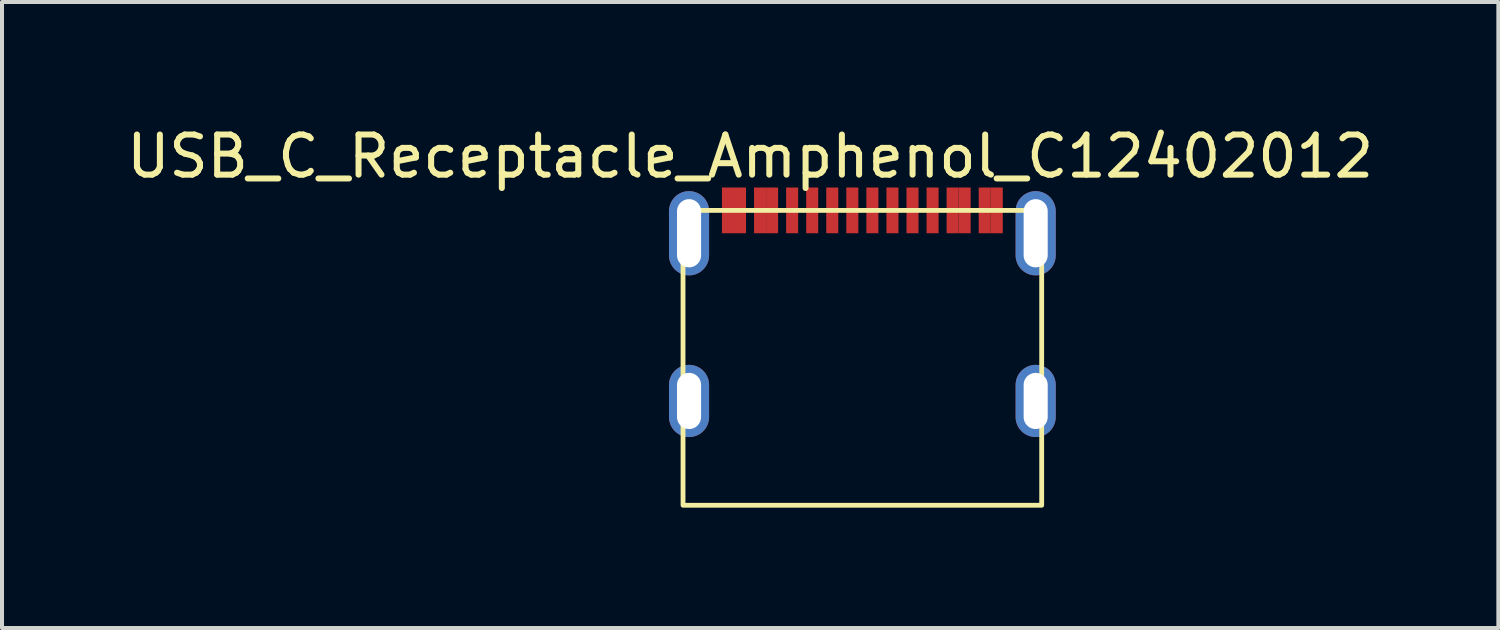
<source format=kicad_pcb>
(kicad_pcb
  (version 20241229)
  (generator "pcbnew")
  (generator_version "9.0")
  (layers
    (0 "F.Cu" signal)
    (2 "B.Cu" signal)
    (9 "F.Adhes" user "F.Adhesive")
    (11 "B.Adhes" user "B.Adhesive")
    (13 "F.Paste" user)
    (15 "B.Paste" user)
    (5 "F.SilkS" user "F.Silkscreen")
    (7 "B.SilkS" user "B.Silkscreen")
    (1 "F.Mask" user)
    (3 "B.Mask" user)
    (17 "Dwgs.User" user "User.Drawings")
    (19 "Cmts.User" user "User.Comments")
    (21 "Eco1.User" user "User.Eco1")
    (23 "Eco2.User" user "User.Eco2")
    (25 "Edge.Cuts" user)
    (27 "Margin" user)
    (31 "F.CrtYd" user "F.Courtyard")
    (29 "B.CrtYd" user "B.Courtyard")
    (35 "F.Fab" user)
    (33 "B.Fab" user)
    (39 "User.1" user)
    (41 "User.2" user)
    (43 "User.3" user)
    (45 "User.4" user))
  (footprint "USB_C_Receptacle_Amphenol_C12402012"
    (layer "F.Cu")
    (at 14.125 6.944)
    (property "Reference" "USB_C_Receptacle_Amphenol_C12402012" (at 1.524 -6.096 0) (unlocked yes) (layer "F.SilkS") (effects (font (size 1 1) (thickness 0.15))))
    (attr smd)
    (fp_rect (start -0.15 -4.75) (end 8.79 2.6) (stroke (width 0.12) (type solid)) (fill no) (layer "F.SilkS"))
    (pad "A1" smd rect (at 0.97 -4.75) (size 0.3 1.14) (layers "F.Cu" "F.Mask" "F.Paste"))
    (pad "A4" smd rect (at 1.77 -4.75) (size 0.3 1.14) (layers "F.Cu" "F.Mask" "F.Paste"))
    (pad "A5" smd rect (at 3.07 -4.75) (size 0.3 1.14) (layers "F.Cu" "F.Mask" "F.Paste"))
    (pad "A6" smd rect (at 4.07 -4.75) (size 0.3 1.14) (layers "F.Cu" "F.Mask" "F.Paste"))
    (pad "A7" smd rect (at 4.57 -4.75) (size 0.3 1.14) (layers "F.Cu" "F.Mask" "F.Paste"))
    (pad "A8" smd rect (at 5.57 -4.75) (size 0.3 1.14) (layers "F.Cu" "F.Mask" "F.Paste"))
    (pad "A9" smd rect (at 6.87 -4.75) (size 0.3 1.14) (layers "F.Cu" "F.Mask" "F.Paste"))
    (pad "A12" smd rect (at 7.67 -4.75) (size 0.3 1.14) (layers "F.Cu" "F.Mask" "F.Paste"))
    (pad "B1" smd rect (at 7.37 -4.75) (size 0.3 1.14) (layers "F.Cu" "F.Mask" "F.Paste"))
    (pad "B4" smd rect (at 6.57 -4.75) (size 0.3 1.14) (layers "F.Cu" "F.Mask" "F.Paste"))
    (pad "B5" smd rect (at 6.07 -4.75) (size 0.3 1.14) (layers "F.Cu" "F.Mask" "F.Paste"))
    (pad "B6" smd rect (at 5.07 -4.75) (size 0.3 1.14) (layers "F.Cu" "F.Mask" "F.Paste"))
    (pad "B7" smd rect (at 3.57 -4.75) (size 0.3 1.14) (layers "F.Cu" "F.Mask" "F.Paste"))
    (pad "B8" smd rect (at 2.57 -4.75) (size 0.3 1.14) (layers "F.Cu" "F.Mask" "F.Paste"))
    (pad "B9" smd rect (at 2.07 -4.75) (size 0.3 1.14) (layers "F.Cu" "F.Mask" "F.Paste"))
    (pad "B12" smd rect (at 1.27 -4.75) (size 0.3 1.14) (layers "F.Cu" "F.Mask" "F.Paste"))
    (pad "S1" thru_hole oval (at 0 -4.18) (size 1 2.1) (drill oval 0.6 1.7) (layers "*.Cu" "*.Mask"))
    (pad "S1" thru_hole oval (at 0 0) (size 1 1.8) (drill oval 0.6 1.4) (layers "*.Cu" "*.Mask"))
    (pad "S1" thru_hole oval (at 8.64 -4.18) (size 1 2.1) (drill oval 0.6 1.7) (layers "*.Cu" "*.Mask"))
    (pad "S1" thru_hole oval (at 8.64 0) (size 1 1.8) (drill oval 0.6 1.4) (layers "*.Cu" "*.Mask")))
  (gr_rect
    (start -3 -3)
    (end 34.298 12.604)
    (stroke (width 0.1) (type default))
    (fill no)
    (layer "Edge.Cuts")))
</source>
